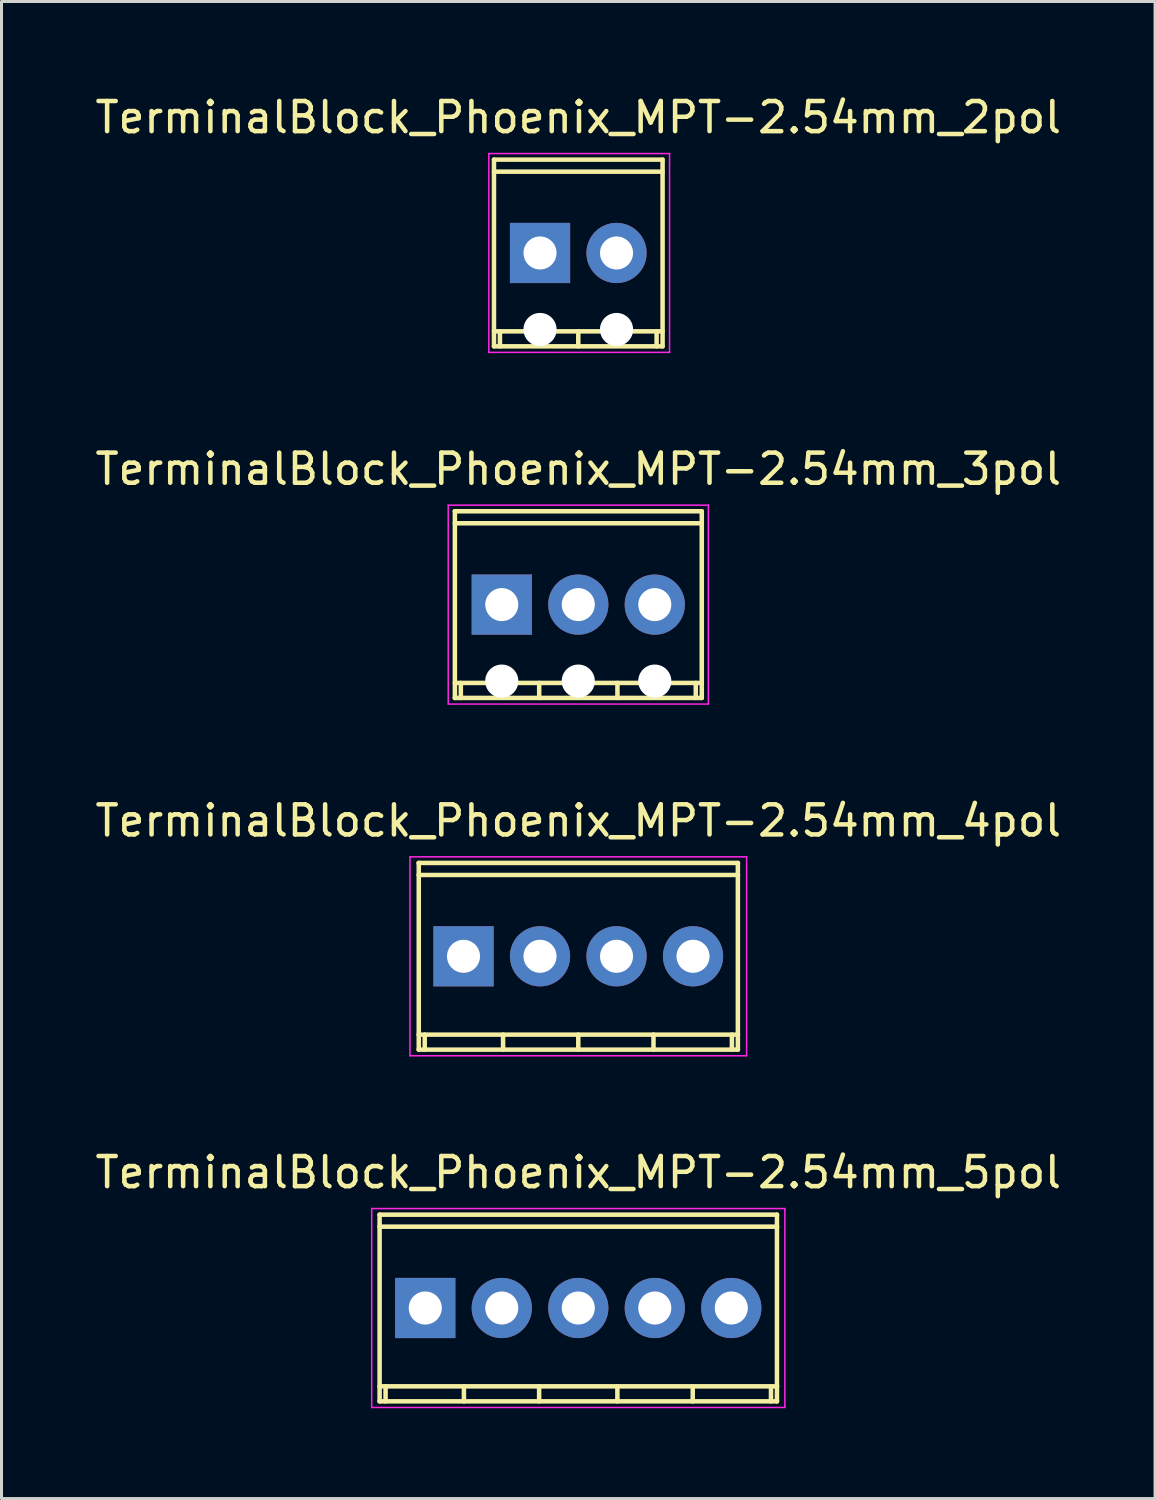
<source format=kicad_pcb>
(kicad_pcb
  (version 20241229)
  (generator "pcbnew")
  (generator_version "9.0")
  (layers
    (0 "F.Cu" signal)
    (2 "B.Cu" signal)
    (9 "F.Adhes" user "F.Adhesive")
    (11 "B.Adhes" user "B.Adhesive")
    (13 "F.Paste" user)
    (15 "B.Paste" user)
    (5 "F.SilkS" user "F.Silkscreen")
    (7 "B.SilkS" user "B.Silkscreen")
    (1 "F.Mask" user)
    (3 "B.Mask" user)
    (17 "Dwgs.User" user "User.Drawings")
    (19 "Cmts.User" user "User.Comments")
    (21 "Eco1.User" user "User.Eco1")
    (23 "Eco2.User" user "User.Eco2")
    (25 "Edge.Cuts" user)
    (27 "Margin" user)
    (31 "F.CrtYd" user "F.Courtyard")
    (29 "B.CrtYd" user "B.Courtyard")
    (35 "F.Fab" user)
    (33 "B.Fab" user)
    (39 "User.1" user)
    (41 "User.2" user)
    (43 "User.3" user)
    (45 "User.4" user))
  (footprint "TerminalBlock_Phoenix_MPT-2.54mm_4pol"
    (layer "F.Cu")
    (at 12.339 28.699)
    (property "Reference" "TerminalBlock_Phoenix_MPT-2.54mm_4pol" (at 3.81 -4.501 0) (layer "F.SilkS") (effects (font (size 1 1) (thickness 0.15))))
    (attr through_hole)
    (fp_line (start -1.491 -2.7) (end 9.111 -2.7) (stroke (width 0.15) (type solid)) (layer "F.SilkS"))
    (fp_line (start -1.491 2.601) (end 9.111 2.601) (stroke (width 0.15) (type solid)) (layer "F.SilkS"))
    (fp_line (start -1.486 -3.099) (end -1.486 3.099) (stroke (width 0.15) (type solid)) (layer "F.SilkS"))
    (fp_line (start -1.288 3.099) (end -1.288 2.601) (stroke (width 0.15) (type solid)) (layer "F.SilkS"))
    (fp_line (start 1.313 3.099) (end 1.313 2.601) (stroke (width 0.15) (type solid)) (layer "F.SilkS"))
    (fp_line (start 3.81 2.601) (end 3.81 3.099) (stroke (width 0.15) (type solid)) (layer "F.SilkS"))
    (fp_line (start 6.307 2.601) (end 6.307 3.099) (stroke (width 0.15) (type solid)) (layer "F.SilkS"))
    (fp_line (start 8.91 2.601) (end 8.91 3.099) (stroke (width 0.15) (type solid)) (layer "F.SilkS"))
    (fp_line (start 9.108 3.099) (end 9.108 -3.099) (stroke (width 0.15) (type solid)) (layer "F.SilkS"))
    (fp_line (start 9.111 -3.099) (end -1.491 -3.099) (stroke (width 0.15) (type solid)) (layer "F.SilkS"))
    (fp_line (start 9.111 3.099) (end -1.491 3.099) (stroke (width 0.15) (type solid)) (layer "F.SilkS"))
    (fp_line (start -1.778 -3.302) (end 9.398 -3.302) (stroke (width 0.05) (type solid)) (layer "F.CrtYd"))
    (fp_line (start -1.778 3.302) (end -1.778 -3.302) (stroke (width 0.05) (type solid)) (layer "F.CrtYd"))
    (fp_line (start 9.398 -3.302) (end 9.398 3.302) (stroke (width 0.05) (type solid)) (layer "F.CrtYd"))
    (fp_line (start 9.398 3.302) (end -1.778 3.302) (stroke (width 0.05) (type solid)) (layer "F.CrtYd"))
    (pad "1" thru_hole rect (at 0 0 180) (size 1.999 1.999) (drill 1.097) (layers "*.Cu" "*.Mask"))
    (pad "2" thru_hole oval (at 2.54 0 180) (size 1.999 1.999) (drill 1.097) (layers "*.Cu" "*.Mask"))
    (pad "3" thru_hole oval (at 5.08 0 180) (size 1.999 1.999) (drill 1.097) (layers "*.Cu" "*.Mask"))
    (pad "4" thru_hole oval (at 7.62 0 180) (size 1.999 1.999) (drill 1.097) (layers "*.Cu" "*.Mask")))
  (footprint "TerminalBlock_Phoenix_MPT-2.54mm_2pol"
    (layer "F.Cu")
    (at 14.879 5.349)
    (property "Reference" "TerminalBlock_Phoenix_MPT-2.54mm_2pol" (at 1.27 -4.501 0) (layer "F.SilkS") (effects (font (size 1 1) (thickness 0.15))))
    (attr through_hole)
    (fp_line (start -1.529 -3.099) (end -1.529 3.099) (stroke (width 0.15) (type solid)) (layer "F.SilkS"))
    (fp_line (start -1.529 -2.7) (end 4.069 -2.7) (stroke (width 0.15) (type solid)) (layer "F.SilkS"))
    (fp_line (start -1.529 3.099) (end 4.069 3.099) (stroke (width 0.15) (type solid)) (layer "F.SilkS"))
    (fp_line (start -1.331 3.099) (end -1.331 2.601) (stroke (width 0.15) (type solid)) (layer "F.SilkS"))
    (fp_line (start 1.27 3.099) (end 1.27 2.601) (stroke (width 0.15) (type solid)) (layer "F.SilkS"))
    (fp_line (start 3.871 2.601) (end 3.871 3.099) (stroke (width 0.15) (type solid)) (layer "F.SilkS"))
    (fp_line (start 4.069 -3.099) (end -1.529 -3.099) (stroke (width 0.15) (type solid)) (layer "F.SilkS"))
    (fp_line (start 4.069 2.601) (end -1.529 2.601) (stroke (width 0.15) (type solid)) (layer "F.SilkS"))
    (fp_line (start 4.069 3.099) (end 4.069 -3.099) (stroke (width 0.15) (type solid)) (layer "F.SilkS"))
    (fp_line (start -1.7 -3.3) (end 4.3 -3.3) (stroke (width 0.05) (type solid)) (layer "F.CrtYd"))
    (fp_line (start -1.7 3.3) (end -1.7 -3.3) (stroke (width 0.05) (type solid)) (layer "F.CrtYd"))
    (fp_line (start 4.3 -3.3) (end 4.3 3.3) (stroke (width 0.05) (type solid)) (layer "F.CrtYd"))
    (fp_line (start 4.3 3.3) (end -1.7 3.3) (stroke (width 0.05) (type solid)) (layer "F.CrtYd"))
    (pad "" np_thru_hole circle (at 0 2.54) (size 1.1 1.1) (drill 1.1) (layers "*.Cu" "*.Mask"))
    (pad "" np_thru_hole circle (at 2.54 2.54) (size 1.1 1.1) (drill 1.1) (layers "*.Cu" "*.Mask"))
    (pad "1" thru_hole rect (at 0 0) (size 1.999 1.999) (drill 1.097) (layers "*.Cu" "*.Mask"))
    (pad "2" thru_hole oval (at 2.54 0) (size 1.999 1.999) (drill 1.097) (layers "*.Cu" "*.Mask")))
  (footprint "TerminalBlock_Phoenix_MPT-2.54mm_3pol"
    (layer "F.Cu")
    (at 13.609 17.023)
    (property "Reference" "TerminalBlock_Phoenix_MPT-2.54mm_3pol" (at 2.54 -4.501 0) (layer "F.SilkS") (effects (font (size 1 1) (thickness 0.15))))
    (attr through_hole)
    (fp_line (start -1.56 3.099) (end 6.64 3.099) (stroke (width 0.15) (type solid)) (layer "F.SilkS"))
    (fp_line (start -1.557 -3.099) (end -1.557 3.099) (stroke (width 0.15) (type solid)) (layer "F.SilkS"))
    (fp_line (start -1.359 3.099) (end -1.359 2.601) (stroke (width 0.15) (type solid)) (layer "F.SilkS"))
    (fp_line (start 1.242 3.099) (end 1.242 2.601) (stroke (width 0.15) (type solid)) (layer "F.SilkS"))
    (fp_line (start 3.84 2.601) (end 3.84 3.099) (stroke (width 0.15) (type solid)) (layer "F.SilkS"))
    (fp_line (start 6.441 2.601) (end 6.441 3.099) (stroke (width 0.15) (type solid)) (layer "F.SilkS"))
    (fp_line (start 6.64 -3.099) (end -1.56 -3.099) (stroke (width 0.15) (type solid)) (layer "F.SilkS"))
    (fp_line (start 6.64 -2.7) (end -1.56 -2.7) (stroke (width 0.15) (type solid)) (layer "F.SilkS"))
    (fp_line (start 6.64 2.601) (end -1.56 2.601) (stroke (width 0.15) (type solid)) (layer "F.SilkS"))
    (fp_line (start 6.64 3.099) (end 6.64 -3.099) (stroke (width 0.15) (type solid)) (layer "F.SilkS"))
    (fp_line (start -1.778 -3.302) (end -1.778 3.302) (stroke (width 0.05) (type solid)) (layer "F.CrtYd"))
    (fp_line (start -1.778 3.302) (end 6.858 3.302) (stroke (width 0.05) (type solid)) (layer "F.CrtYd"))
    (fp_line (start 6.858 -3.302) (end -1.778 -3.302) (stroke (width 0.05) (type solid)) (layer "F.CrtYd"))
    (fp_line (start 6.858 3.302) (end 6.858 -3.302) (stroke (width 0.05) (type solid)) (layer "F.CrtYd"))
    (pad "" np_thru_hole circle (at 0 2.54) (size 1.1 1.1) (drill 1.1) (layers "*.Cu" "*.Mask"))
    (pad "" np_thru_hole circle (at 2.54 2.54) (size 1.1 1.1) (drill 1.1) (layers "*.Cu" "*.Mask"))
    (pad "" np_thru_hole circle (at 5.08 2.54) (size 1.1 1.1) (drill 1.1) (layers "*.Cu" "*.Mask"))
    (pad "1" thru_hole rect (at 0 0) (size 1.999 1.999) (drill 1.097) (layers "*.Cu" "*.Mask"))
    (pad "2" thru_hole oval (at 2.54 0) (size 1.999 1.999) (drill 1.097) (layers "*.Cu" "*.Mask"))
    (pad "3" thru_hole oval (at 5.08 0) (size 1.999 1.999) (drill 1.097) (layers "*.Cu" "*.Mask")))
  (footprint "TerminalBlock_Phoenix_MPT-2.54mm_5pol"
    (layer "F.Cu")
    (at 11.069 40.376)
    (property "Reference" "TerminalBlock_Phoenix_MPT-2.54mm_5pol" (at 5.08 -4.501 0) (layer "F.SilkS") (effects (font (size 1 1) (thickness 0.15))))
    (attr through_hole)
    (fp_line (start -1.519 -2.7) (end 11.679 -2.7) (stroke (width 0.15) (type solid)) (layer "F.SilkS"))
    (fp_line (start -1.519 2.601) (end 11.679 2.601) (stroke (width 0.15) (type solid)) (layer "F.SilkS"))
    (fp_line (start -1.516 -3.099) (end -1.516 3.099) (stroke (width 0.15) (type solid)) (layer "F.SilkS"))
    (fp_line (start -1.318 3.099) (end -1.318 2.601) (stroke (width 0.15) (type solid)) (layer "F.SilkS"))
    (fp_line (start 1.283 3.099) (end 1.283 2.601) (stroke (width 0.15) (type solid)) (layer "F.SilkS"))
    (fp_line (start 3.78 2.601) (end 3.78 3.099) (stroke (width 0.15) (type solid)) (layer "F.SilkS"))
    (fp_line (start 6.378 2.601) (end 6.378 3.099) (stroke (width 0.15) (type solid)) (layer "F.SilkS"))
    (fp_line (start 8.88 2.601) (end 8.88 3.099) (stroke (width 0.15) (type solid)) (layer "F.SilkS"))
    (fp_line (start 11.478 2.601) (end 11.478 3.099) (stroke (width 0.15) (type solid)) (layer "F.SilkS"))
    (fp_line (start 11.676 3.099) (end 11.676 -3.099) (stroke (width 0.15) (type solid)) (layer "F.SilkS"))
    (fp_line (start 11.679 -3.099) (end -1.519 -3.099) (stroke (width 0.15) (type solid)) (layer "F.SilkS"))
    (fp_line (start 11.679 3.099) (end -1.519 3.099) (stroke (width 0.15) (type solid)) (layer "F.SilkS"))
    (fp_line (start -1.778 -3.302) (end 11.938 -3.302) (stroke (width 0.05) (type solid)) (layer "F.CrtYd"))
    (fp_line (start -1.778 3.302) (end -1.778 -3.302) (stroke (width 0.05) (type solid)) (layer "F.CrtYd"))
    (fp_line (start 11.938 -3.302) (end 11.938 3.302) (stroke (width 0.05) (type solid)) (layer "F.CrtYd"))
    (fp_line (start 11.938 3.302) (end -1.778 3.302) (stroke (width 0.05) (type solid)) (layer "F.CrtYd"))
    (pad "1" thru_hole rect (at 0 0 180) (size 1.999 1.999) (drill 1.097) (layers "*.Cu" "*.Mask"))
    (pad "2" thru_hole oval (at 2.54 0 180) (size 1.999 1.999) (drill 1.097) (layers "*.Cu" "*.Mask"))
    (pad "3" thru_hole oval (at 5.08 0 180) (size 1.999 1.999) (drill 1.097) (layers "*.Cu" "*.Mask"))
    (pad "4" thru_hole oval (at 7.62 0 180) (size 1.999 1.999) (drill 1.097) (layers "*.Cu" "*.Mask"))
    (pad "5" thru_hole oval (at 10.16 0 180) (size 1.999 1.999) (drill 1.097) (layers "*.Cu" "*.Mask")))
  (gr_rect
    (start -3 -3)
    (end 35.298 46.703)
    (stroke (width 0.1) (type default))
    (fill no)
    (layer "Edge.Cuts")))
</source>
